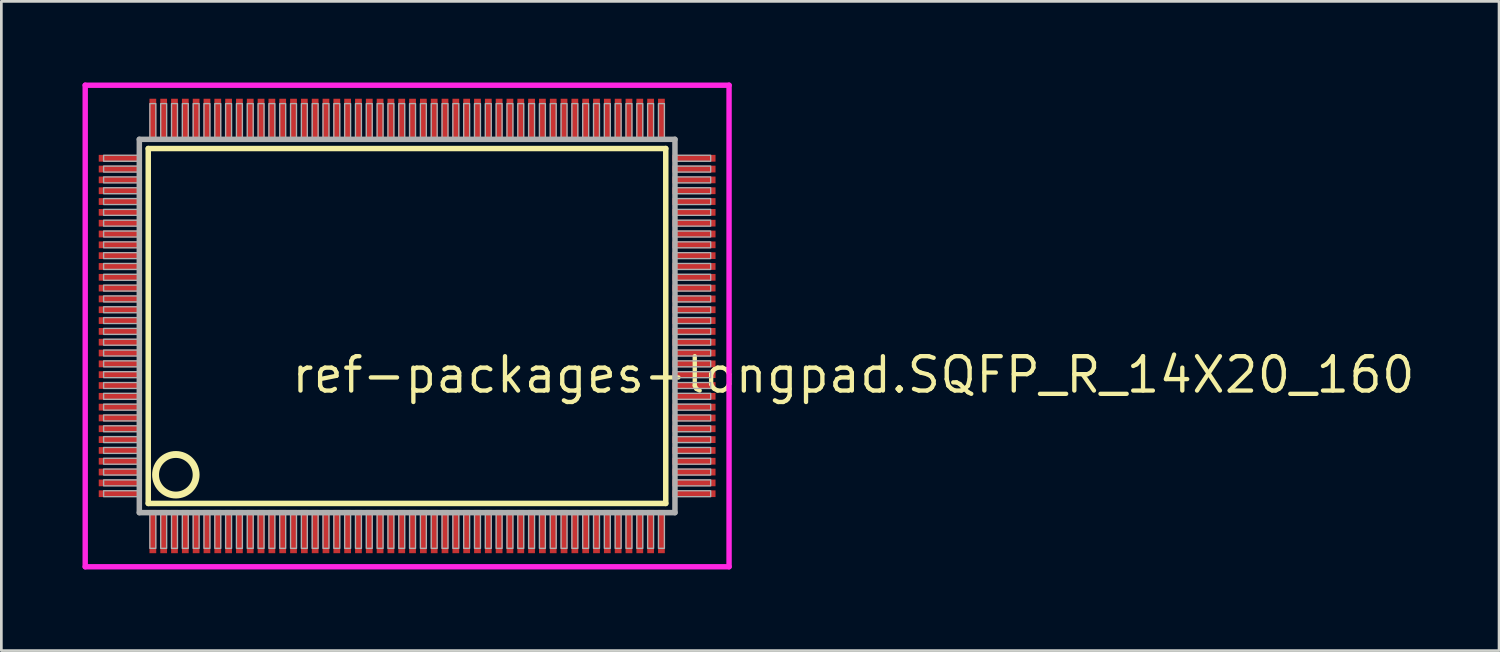
<source format=kicad_pcb>
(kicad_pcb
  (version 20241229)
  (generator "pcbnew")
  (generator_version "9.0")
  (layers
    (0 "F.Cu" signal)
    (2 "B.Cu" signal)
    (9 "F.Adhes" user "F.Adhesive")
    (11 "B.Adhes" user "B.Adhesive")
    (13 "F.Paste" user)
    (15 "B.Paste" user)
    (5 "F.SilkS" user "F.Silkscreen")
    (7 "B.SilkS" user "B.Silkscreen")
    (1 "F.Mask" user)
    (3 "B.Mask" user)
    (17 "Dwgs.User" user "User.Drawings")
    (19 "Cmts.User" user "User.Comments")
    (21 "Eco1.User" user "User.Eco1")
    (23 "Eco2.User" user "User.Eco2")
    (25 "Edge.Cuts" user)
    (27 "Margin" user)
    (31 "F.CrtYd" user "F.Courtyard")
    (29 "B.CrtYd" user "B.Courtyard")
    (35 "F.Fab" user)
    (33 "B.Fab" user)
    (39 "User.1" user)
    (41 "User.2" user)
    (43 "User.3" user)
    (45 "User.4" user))
  (footprint "ref-packages-longpad.SQFP_R_14X20_160"
    (layer "F.Cu")
    (at 12 9)
    (property "Reference" "ref-packages-longpad.SQFP_R_14X20_160" (at -4.35 2.55 0) (layer "F.SilkS") (effects (font (size 1.27 1.27) (thickness 0.16)) (justify left bottom)))
    (attr smd)
    (fp_line (start -9.57 -6.56) (end 9.56 -6.56) (stroke (width 0.203) (type default)) (layer "F.SilkS"))
    (fp_line (start -9.57 6.56) (end -9.57 -6.56) (stroke (width 0.203) (type default)) (layer "F.SilkS"))
    (fp_line (start 9.56 -6.56) (end 9.56 6.56) (stroke (width 0.203) (type default)) (layer "F.SilkS"))
    (fp_line (start 9.56 6.56) (end -9.57 6.56) (stroke (width 0.203) (type default)) (layer "F.SilkS"))
    (fp_circle (center -8.55 5.5) (end -7.8 5.5) (stroke (width 0.254) (type default)) (fill no) (layer "F.SilkS"))
    (fp_line (start -11.9 -8.9) (end 11.9 -8.9) (stroke (width 0.2) (type default)) (layer "F.CrtYd"))
    (fp_line (start -11.9 8.9) (end -11.9 -8.9) (stroke (width 0.2) (type default)) (layer "F.CrtYd"))
    (fp_line (start 11.9 -8.9) (end 11.9 8.9) (stroke (width 0.2) (type default)) (layer "F.CrtYd"))
    (fp_line (start 11.9 8.9) (end -11.9 8.9) (stroke (width 0.2) (type default)) (layer "F.CrtYd"))
    (fp_line (start -9.9 -6.9) (end -9.9 6.9) (stroke (width 0.203) (type default)) (layer "F.Fab"))
    (fp_line (start -9.9 6.9) (end 9.9 6.9) (stroke (width 0.203) (type default)) (layer "F.Fab"))
    (fp_line (start 9.9 -6.9) (end -9.9 -6.9) (stroke (width 0.203) (type default)) (layer "F.Fab"))
    (fp_line (start 9.9 6.9) (end 9.9 -6.9) (stroke (width 0.203) (type default)) (layer "F.Fab"))
    (fp_rect (start -11.22 -6.09) (end -9.95 -6.31) (stroke (width 0.05) (type default)) (fill no) (layer "F.Fab"))
    (fp_rect (start -11.22 -5.69) (end -9.95 -5.91) (stroke (width 0.05) (type default)) (fill no) (layer "F.Fab"))
    (fp_rect (start -11.22 -5.29) (end -9.95 -5.51) (stroke (width 0.05) (type default)) (fill no) (layer "F.Fab"))
    (fp_rect (start -11.22 -4.89) (end -9.95 -5.11) (stroke (width 0.05) (type default)) (fill no) (layer "F.Fab"))
    (fp_rect (start -11.22 -4.49) (end -9.95 -4.71) (stroke (width 0.05) (type default)) (fill no) (layer "F.Fab"))
    (fp_rect (start -11.22 -4.09) (end -9.95 -4.31) (stroke (width 0.05) (type default)) (fill no) (layer "F.Fab"))
    (fp_rect (start -11.22 -3.69) (end -9.95 -3.91) (stroke (width 0.05) (type default)) (fill no) (layer "F.Fab"))
    (fp_rect (start -11.22 -3.29) (end -9.95 -3.51) (stroke (width 0.05) (type default)) (fill no) (layer "F.Fab"))
    (fp_rect (start -11.22 -2.89) (end -9.95 -3.11) (stroke (width 0.05) (type default)) (fill no) (layer "F.Fab"))
    (fp_rect (start -11.22 -2.49) (end -9.95 -2.71) (stroke (width 0.05) (type default)) (fill no) (layer "F.Fab"))
    (fp_rect (start -11.22 -2.09) (end -9.95 -2.31) (stroke (width 0.05) (type default)) (fill no) (layer "F.Fab"))
    (fp_rect (start -11.22 -1.69) (end -9.95 -1.91) (stroke (width 0.05) (type default)) (fill no) (layer "F.Fab"))
    (fp_rect (start -11.22 -1.29) (end -9.95 -1.51) (stroke (width 0.05) (type default)) (fill no) (layer "F.Fab"))
    (fp_rect (start -11.22 -0.89) (end -9.95 -1.11) (stroke (width 0.05) (type default)) (fill no) (layer "F.Fab"))
    (fp_rect (start -11.22 -0.49) (end -9.95 -0.71) (stroke (width 0.05) (type default)) (fill no) (layer "F.Fab"))
    (fp_rect (start -11.22 -0.09) (end -9.95 -0.31) (stroke (width 0.05) (type default)) (fill no) (layer "F.Fab"))
    (fp_rect (start -11.22 0.31) (end -9.95 0.09) (stroke (width 0.05) (type default)) (fill no) (layer "F.Fab"))
    (fp_rect (start -11.22 0.71) (end -9.95 0.49) (stroke (width 0.05) (type default)) (fill no) (layer "F.Fab"))
    (fp_rect (start -11.22 1.11) (end -9.95 0.89) (stroke (width 0.05) (type default)) (fill no) (layer "F.Fab"))
    (fp_rect (start -11.22 1.51) (end -9.95 1.29) (stroke (width 0.05) (type default)) (fill no) (layer "F.Fab"))
    (fp_rect (start -11.22 1.91) (end -9.95 1.69) (stroke (width 0.05) (type default)) (fill no) (layer "F.Fab"))
    (fp_rect (start -11.22 2.31) (end -9.95 2.09) (stroke (width 0.05) (type default)) (fill no) (layer "F.Fab"))
    (fp_rect (start -11.22 2.71) (end -9.95 2.49) (stroke (width 0.05) (type default)) (fill no) (layer "F.Fab"))
    (fp_rect (start -11.22 3.11) (end -9.95 2.89) (stroke (width 0.05) (type default)) (fill no) (layer "F.Fab"))
    (fp_rect (start -11.22 3.51) (end -9.95 3.29) (stroke (width 0.05) (type default)) (fill no) (layer "F.Fab"))
    (fp_rect (start -11.22 3.91) (end -9.95 3.69) (stroke (width 0.05) (type default)) (fill no) (layer "F.Fab"))
    (fp_rect (start -11.22 4.31) (end -9.95 4.09) (stroke (width 0.05) (type default)) (fill no) (layer "F.Fab"))
    (fp_rect (start -11.22 4.71) (end -9.95 4.49) (stroke (width 0.05) (type default)) (fill no) (layer "F.Fab"))
    (fp_rect (start -11.22 5.11) (end -9.95 4.89) (stroke (width 0.05) (type default)) (fill no) (layer "F.Fab"))
    (fp_rect (start -11.22 5.51) (end -9.95 5.29) (stroke (width 0.05) (type default)) (fill no) (layer "F.Fab"))
    (fp_rect (start -11.22 5.91) (end -9.95 5.69) (stroke (width 0.05) (type default)) (fill no) (layer "F.Fab"))
    (fp_rect (start -11.22 6.31) (end -9.95 6.09) (stroke (width 0.05) (type default)) (fill no) (layer "F.Fab"))
    (fp_rect (start -9.51 -6.95) (end -9.29 -8.22) (stroke (width 0.05) (type default)) (fill no) (layer "F.Fab"))
    (fp_rect (start -9.51 8.22) (end -9.29 6.95) (stroke (width 0.05) (type default)) (fill no) (layer "F.Fab"))
    (fp_rect (start -9.11 -6.95) (end -8.89 -8.22) (stroke (width 0.05) (type default)) (fill no) (layer "F.Fab"))
    (fp_rect (start -9.11 8.22) (end -8.89 6.95) (stroke (width 0.05) (type default)) (fill no) (layer "F.Fab"))
    (fp_rect (start -8.71 -6.95) (end -8.49 -8.22) (stroke (width 0.05) (type default)) (fill no) (layer "F.Fab"))
    (fp_rect (start -8.71 8.22) (end -8.49 6.95) (stroke (width 0.05) (type default)) (fill no) (layer "F.Fab"))
    (fp_rect (start -8.31 -6.95) (end -8.09 -8.22) (stroke (width 0.05) (type default)) (fill no) (layer "F.Fab"))
    (fp_rect (start -8.31 8.22) (end -8.09 6.95) (stroke (width 0.05) (type default)) (fill no) (layer "F.Fab"))
    (fp_rect (start -7.91 -6.95) (end -7.69 -8.22) (stroke (width 0.05) (type default)) (fill no) (layer "F.Fab"))
    (fp_rect (start -7.91 8.22) (end -7.69 6.95) (stroke (width 0.05) (type default)) (fill no) (layer "F.Fab"))
    (fp_rect (start -7.51 -6.95) (end -7.29 -8.22) (stroke (width 0.05) (type default)) (fill no) (layer "F.Fab"))
    (fp_rect (start -7.51 8.22) (end -7.29 6.95) (stroke (width 0.05) (type default)) (fill no) (layer "F.Fab"))
    (fp_rect (start -7.11 -6.95) (end -6.89 -8.22) (stroke (width 0.05) (type default)) (fill no) (layer "F.Fab"))
    (fp_rect (start -7.11 8.22) (end -6.89 6.95) (stroke (width 0.05) (type default)) (fill no) (layer "F.Fab"))
    (fp_rect (start -6.71 -6.95) (end -6.49 -8.22) (stroke (width 0.05) (type default)) (fill no) (layer "F.Fab"))
    (fp_rect (start -6.71 8.22) (end -6.49 6.95) (stroke (width 0.05) (type default)) (fill no) (layer "F.Fab"))
    (fp_rect (start -6.31 -6.95) (end -6.09 -8.22) (stroke (width 0.05) (type default)) (fill no) (layer "F.Fab"))
    (fp_rect (start -6.31 8.22) (end -6.09 6.95) (stroke (width 0.05) (type default)) (fill no) (layer "F.Fab"))
    (fp_rect (start -5.91 -6.95) (end -5.69 -8.22) (stroke (width 0.05) (type default)) (fill no) (layer "F.Fab"))
    (fp_rect (start -5.91 8.22) (end -5.69 6.95) (stroke (width 0.05) (type default)) (fill no) (layer "F.Fab"))
    (fp_rect (start -5.51 -6.95) (end -5.29 -8.22) (stroke (width 0.05) (type default)) (fill no) (layer "F.Fab"))
    (fp_rect (start -5.51 8.22) (end -5.29 6.95) (stroke (width 0.05) (type default)) (fill no) (layer "F.Fab"))
    (fp_rect (start -5.11 -6.95) (end -4.89 -8.22) (stroke (width 0.05) (type default)) (fill no) (layer "F.Fab"))
    (fp_rect (start -5.11 8.22) (end -4.89 6.95) (stroke (width 0.05) (type default)) (fill no) (layer "F.Fab"))
    (fp_rect (start -4.71 -6.95) (end -4.49 -8.22) (stroke (width 0.05) (type default)) (fill no) (layer "F.Fab"))
    (fp_rect (start -4.71 8.22) (end -4.49 6.95) (stroke (width 0.05) (type default)) (fill no) (layer "F.Fab"))
    (fp_rect (start -4.31 -6.95) (end -4.09 -8.22) (stroke (width 0.05) (type default)) (fill no) (layer "F.Fab"))
    (fp_rect (start -4.31 8.22) (end -4.09 6.95) (stroke (width 0.05) (type default)) (fill no) (layer "F.Fab"))
    (fp_rect (start -3.91 -6.95) (end -3.69 -8.22) (stroke (width 0.05) (type default)) (fill no) (layer "F.Fab"))
    (fp_rect (start -3.91 8.22) (end -3.69 6.95) (stroke (width 0.05) (type default)) (fill no) (layer "F.Fab"))
    (fp_rect (start -3.51 -6.95) (end -3.29 -8.22) (stroke (width 0.05) (type default)) (fill no) (layer "F.Fab"))
    (fp_rect (start -3.51 8.22) (end -3.29 6.95) (stroke (width 0.05) (type default)) (fill no) (layer "F.Fab"))
    (fp_rect (start -3.11 -6.95) (end -2.89 -8.22) (stroke (width 0.05) (type default)) (fill no) (layer "F.Fab"))
    (fp_rect (start -3.11 8.22) (end -2.89 6.95) (stroke (width 0.05) (type default)) (fill no) (layer "F.Fab"))
    (fp_rect (start -2.71 -6.95) (end -2.49 -8.22) (stroke (width 0.05) (type default)) (fill no) (layer "F.Fab"))
    (fp_rect (start -2.71 8.22) (end -2.49 6.95) (stroke (width 0.05) (type default)) (fill no) (layer "F.Fab"))
    (fp_rect (start -2.31 -6.95) (end -2.09 -8.22) (stroke (width 0.05) (type default)) (fill no) (layer "F.Fab"))
    (fp_rect (start -2.31 8.22) (end -2.09 6.95) (stroke (width 0.05) (type default)) (fill no) (layer "F.Fab"))
    (fp_rect (start -1.91 -6.95) (end -1.69 -8.22) (stroke (width 0.05) (type default)) (fill no) (layer "F.Fab"))
    (fp_rect (start -1.91 8.22) (end -1.69 6.95) (stroke (width 0.05) (type default)) (fill no) (layer "F.Fab"))
    (fp_rect (start -1.51 -6.95) (end -1.29 -8.22) (stroke (width 0.05) (type default)) (fill no) (layer "F.Fab"))
    (fp_rect (start -1.51 8.22) (end -1.29 6.95) (stroke (width 0.05) (type default)) (fill no) (layer "F.Fab"))
    (fp_rect (start -1.11 -6.95) (end -0.89 -8.22) (stroke (width 0.05) (type default)) (fill no) (layer "F.Fab"))
    (fp_rect (start -1.11 8.22) (end -0.89 6.95) (stroke (width 0.05) (type default)) (fill no) (layer "F.Fab"))
    (fp_rect (start -0.71 -6.95) (end -0.49 -8.22) (stroke (width 0.05) (type default)) (fill no) (layer "F.Fab"))
    (fp_rect (start -0.71 8.22) (end -0.49 6.95) (stroke (width 0.05) (type default)) (fill no) (layer "F.Fab"))
    (fp_rect (start -0.31 -6.95) (end -0.09 -8.22) (stroke (width 0.05) (type default)) (fill no) (layer "F.Fab"))
    (fp_rect (start -0.31 8.22) (end -0.09 6.95) (stroke (width 0.05) (type default)) (fill no) (layer "F.Fab"))
    (fp_rect (start 0.09 -6.95) (end 0.31 -8.22) (stroke (width 0.05) (type default)) (fill no) (layer "F.Fab"))
    (fp_rect (start 0.09 8.22) (end 0.31 6.95) (stroke (width 0.05) (type default)) (fill no) (layer "F.Fab"))
    (fp_rect (start 0.49 -6.95) (end 0.71 -8.22) (stroke (width 0.05) (type default)) (fill no) (layer "F.Fab"))
    (fp_rect (start 0.49 8.22) (end 0.71 6.95) (stroke (width 0.05) (type default)) (fill no) (layer "F.Fab"))
    (fp_rect (start 0.89 -6.95) (end 1.11 -8.22) (stroke (width 0.05) (type default)) (fill no) (layer "F.Fab"))
    (fp_rect (start 0.89 8.22) (end 1.11 6.95) (stroke (width 0.05) (type default)) (fill no) (layer "F.Fab"))
    (fp_rect (start 1.29 -6.95) (end 1.51 -8.22) (stroke (width 0.05) (type default)) (fill no) (layer "F.Fab"))
    (fp_rect (start 1.29 8.22) (end 1.51 6.95) (stroke (width 0.05) (type default)) (fill no) (layer "F.Fab"))
    (fp_rect (start 1.69 -6.95) (end 1.91 -8.22) (stroke (width 0.05) (type default)) (fill no) (layer "F.Fab"))
    (fp_rect (start 1.69 8.22) (end 1.91 6.95) (stroke (width 0.05) (type default)) (fill no) (layer "F.Fab"))
    (fp_rect (start 2.09 -6.95) (end 2.31 -8.22) (stroke (width 0.05) (type default)) (fill no) (layer "F.Fab"))
    (fp_rect (start 2.09 8.22) (end 2.31 6.95) (stroke (width 0.05) (type default)) (fill no) (layer "F.Fab"))
    (fp_rect (start 2.49 -6.95) (end 2.71 -8.22) (stroke (width 0.05) (type default)) (fill no) (layer "F.Fab"))
    (fp_rect (start 2.49 8.22) (end 2.71 6.95) (stroke (width 0.05) (type default)) (fill no) (layer "F.Fab"))
    (fp_rect (start 2.89 -6.95) (end 3.11 -8.22) (stroke (width 0.05) (type default)) (fill no) (layer "F.Fab"))
    (fp_rect (start 2.89 8.22) (end 3.11 6.95) (stroke (width 0.05) (type default)) (fill no) (layer "F.Fab"))
    (fp_rect (start 3.29 -6.95) (end 3.51 -8.22) (stroke (width 0.05) (type default)) (fill no) (layer "F.Fab"))
    (fp_rect (start 3.29 8.22) (end 3.51 6.95) (stroke (width 0.05) (type default)) (fill no) (layer "F.Fab"))
    (fp_rect (start 3.69 -6.95) (end 3.91 -8.22) (stroke (width 0.05) (type default)) (fill no) (layer "F.Fab"))
    (fp_rect (start 3.69 8.22) (end 3.91 6.95) (stroke (width 0.05) (type default)) (fill no) (layer "F.Fab"))
    (fp_rect (start 4.09 -6.95) (end 4.31 -8.22) (stroke (width 0.05) (type default)) (fill no) (layer "F.Fab"))
    (fp_rect (start 4.09 8.22) (end 4.31 6.95) (stroke (width 0.05) (type default)) (fill no) (layer "F.Fab"))
    (fp_rect (start 4.49 -6.95) (end 4.71 -8.22) (stroke (width 0.05) (type default)) (fill no) (layer "F.Fab"))
    (fp_rect (start 4.49 8.22) (end 4.71 6.95) (stroke (width 0.05) (type default)) (fill no) (layer "F.Fab"))
    (fp_rect (start 4.89 -6.95) (end 5.11 -8.22) (stroke (width 0.05) (type default)) (fill no) (layer "F.Fab"))
    (fp_rect (start 4.89 8.22) (end 5.11 6.95) (stroke (width 0.05) (type default)) (fill no) (layer "F.Fab"))
    (fp_rect (start 5.29 -6.95) (end 5.51 -8.22) (stroke (width 0.05) (type default)) (fill no) (layer "F.Fab"))
    (fp_rect (start 5.29 8.22) (end 5.51 6.95) (stroke (width 0.05) (type default)) (fill no) (layer "F.Fab"))
    (fp_rect (start 5.69 -6.95) (end 5.91 -8.22) (stroke (width 0.05) (type default)) (fill no) (layer "F.Fab"))
    (fp_rect (start 5.69 8.22) (end 5.91 6.95) (stroke (width 0.05) (type default)) (fill no) (layer "F.Fab"))
    (fp_rect (start 6.09 -6.95) (end 6.31 -8.22) (stroke (width 0.05) (type default)) (fill no) (layer "F.Fab"))
    (fp_rect (start 6.09 8.22) (end 6.31 6.95) (stroke (width 0.05) (type default)) (fill no) (layer "F.Fab"))
    (fp_rect (start 6.49 -6.95) (end 6.71 -8.22) (stroke (width 0.05) (type default)) (fill no) (layer "F.Fab"))
    (fp_rect (start 6.49 8.22) (end 6.71 6.95) (stroke (width 0.05) (type default)) (fill no) (layer "F.Fab"))
    (fp_rect (start 6.89 -6.95) (end 7.11 -8.22) (stroke (width 0.05) (type default)) (fill no) (layer "F.Fab"))
    (fp_rect (start 6.89 8.22) (end 7.11 6.95) (stroke (width 0.05) (type default)) (fill no) (layer "F.Fab"))
    (fp_rect (start 7.29 -6.95) (end 7.51 -8.22) (stroke (width 0.05) (type default)) (fill no) (layer "F.Fab"))
    (fp_rect (start 7.29 8.22) (end 7.51 6.95) (stroke (width 0.05) (type default)) (fill no) (layer "F.Fab"))
    (fp_rect (start 7.69 -6.95) (end 7.91 -8.22) (stroke (width 0.05) (type default)) (fill no) (layer "F.Fab"))
    (fp_rect (start 7.69 8.22) (end 7.91 6.95) (stroke (width 0.05) (type default)) (fill no) (layer "F.Fab"))
    (fp_rect (start 8.09 -6.95) (end 8.31 -8.22) (stroke (width 0.05) (type default)) (fill no) (layer "F.Fab"))
    (fp_rect (start 8.09 8.22) (end 8.31 6.95) (stroke (width 0.05) (type default)) (fill no) (layer "F.Fab"))
    (fp_rect (start 8.49 -6.95) (end 8.71 -8.22) (stroke (width 0.05) (type default)) (fill no) (layer "F.Fab"))
    (fp_rect (start 8.49 8.22) (end 8.71 6.95) (stroke (width 0.05) (type default)) (fill no) (layer "F.Fab"))
    (fp_rect (start 8.89 -6.95) (end 9.11 -8.22) (stroke (width 0.05) (type default)) (fill no) (layer "F.Fab"))
    (fp_rect (start 8.89 8.22) (end 9.11 6.95) (stroke (width 0.05) (type default)) (fill no) (layer "F.Fab"))
    (fp_rect (start 9.29 -6.95) (end 9.51 -8.22) (stroke (width 0.05) (type default)) (fill no) (layer "F.Fab"))
    (fp_rect (start 9.29 8.22) (end 9.51 6.95) (stroke (width 0.05) (type default)) (fill no) (layer "F.Fab"))
    (fp_rect (start 9.95 -6.09) (end 11.22 -6.31) (stroke (width 0.05) (type default)) (fill no) (layer "F.Fab"))
    (fp_rect (start 9.95 -5.69) (end 11.22 -5.91) (stroke (width 0.05) (type default)) (fill no) (layer "F.Fab"))
    (fp_rect (start 9.95 -5.29) (end 11.22 -5.51) (stroke (width 0.05) (type default)) (fill no) (layer "F.Fab"))
    (fp_rect (start 9.95 -4.89) (end 11.22 -5.11) (stroke (width 0.05) (type default)) (fill no) (layer "F.Fab"))
    (fp_rect (start 9.95 -4.49) (end 11.22 -4.71) (stroke (width 0.05) (type default)) (fill no) (layer "F.Fab"))
    (fp_rect (start 9.95 -4.09) (end 11.22 -4.31) (stroke (width 0.05) (type default)) (fill no) (layer "F.Fab"))
    (fp_rect (start 9.95 -3.69) (end 11.22 -3.91) (stroke (width 0.05) (type default)) (fill no) (layer "F.Fab"))
    (fp_rect (start 9.95 -3.29) (end 11.22 -3.51) (stroke (width 0.05) (type default)) (fill no) (layer "F.Fab"))
    (fp_rect (start 9.95 -2.89) (end 11.22 -3.11) (stroke (width 0.05) (type default)) (fill no) (layer "F.Fab"))
    (fp_rect (start 9.95 -2.49) (end 11.22 -2.71) (stroke (width 0.05) (type default)) (fill no) (layer "F.Fab"))
    (fp_rect (start 9.95 -2.09) (end 11.22 -2.31) (stroke (width 0.05) (type default)) (fill no) (layer "F.Fab"))
    (fp_rect (start 9.95 -1.69) (end 11.22 -1.91) (stroke (width 0.05) (type default)) (fill no) (layer "F.Fab"))
    (fp_rect (start 9.95 -1.29) (end 11.22 -1.51) (stroke (width 0.05) (type default)) (fill no) (layer "F.Fab"))
    (fp_rect (start 9.95 -0.89) (end 11.22 -1.11) (stroke (width 0.05) (type default)) (fill no) (layer "F.Fab"))
    (fp_rect (start 9.95 -0.49) (end 11.22 -0.71) (stroke (width 0.05) (type default)) (fill no) (layer "F.Fab"))
    (fp_rect (start 9.95 -0.09) (end 11.22 -0.31) (stroke (width 0.05) (type default)) (fill no) (layer "F.Fab"))
    (fp_rect (start 9.95 0.31) (end 11.22 0.09) (stroke (width 0.05) (type default)) (fill no) (layer "F.Fab"))
    (fp_rect (start 9.95 0.71) (end 11.22 0.49) (stroke (width 0.05) (type default)) (fill no) (layer "F.Fab"))
    (fp_rect (start 9.95 1.11) (end 11.22 0.89) (stroke (width 0.05) (type default)) (fill no) (layer "F.Fab"))
    (fp_rect (start 9.95 1.51) (end 11.22 1.29) (stroke (width 0.05) (type default)) (fill no) (layer "F.Fab"))
    (fp_rect (start 9.95 1.91) (end 11.22 1.69) (stroke (width 0.05) (type default)) (fill no) (layer "F.Fab"))
    (fp_rect (start 9.95 2.31) (end 11.22 2.09) (stroke (width 0.05) (type default)) (fill no) (layer "F.Fab"))
    (fp_rect (start 9.95 2.71) (end 11.22 2.49) (stroke (width 0.05) (type default)) (fill no) (layer "F.Fab"))
    (fp_rect (start 9.95 3.11) (end 11.22 2.89) (stroke (width 0.05) (type default)) (fill no) (layer "F.Fab"))
    (fp_rect (start 9.95 3.51) (end 11.22 3.29) (stroke (width 0.05) (type default)) (fill no) (layer "F.Fab"))
    (fp_rect (start 9.95 3.91) (end 11.22 3.69) (stroke (width 0.05) (type default)) (fill no) (layer "F.Fab"))
    (fp_rect (start 9.95 4.31) (end 11.22 4.09) (stroke (width 0.05) (type default)) (fill no) (layer "F.Fab"))
    (fp_rect (start 9.95 4.71) (end 11.22 4.49) (stroke (width 0.05) (type default)) (fill no) (layer "F.Fab"))
    (fp_rect (start 9.95 5.11) (end 11.22 4.89) (stroke (width 0.05) (type default)) (fill no) (layer "F.Fab"))
    (fp_rect (start 9.95 5.51) (end 11.22 5.29) (stroke (width 0.05) (type default)) (fill no) (layer "F.Fab"))
    (fp_rect (start 9.95 5.91) (end 11.22 5.69) (stroke (width 0.05) (type default)) (fill no) (layer "F.Fab"))
    (fp_rect (start 9.95 6.31) (end 11.22 6.09) (stroke (width 0.05) (type default)) (fill no) (layer "F.Fab"))
    (pad "1" smd roundrect (at -9.4 7.6) (size 0.25 1.6) (layers "F.Cu" "F.Mask" "F.Paste") (roundrect_rratio 0.01))
    (pad "2" smd roundrect (at -9 7.6) (size 0.25 1.6) (layers "F.Cu" "F.Mask" "F.Paste") (roundrect_rratio 0.01))
    (pad "3" smd roundrect (at -8.6 7.6) (size 0.25 1.6) (layers "F.Cu" "F.Mask" "F.Paste") (roundrect_rratio 0.01))
    (pad "4" smd roundrect (at -8.2 7.6) (size 0.25 1.6) (layers "F.Cu" "F.Mask" "F.Paste") (roundrect_rratio 0.01))
    (pad "5" smd roundrect (at -7.8 7.6) (size 0.25 1.6) (layers "F.Cu" "F.Mask" "F.Paste") (roundrect_rratio 0.01))
    (pad "6" smd roundrect (at -7.4 7.6) (size 0.25 1.6) (layers "F.Cu" "F.Mask" "F.Paste") (roundrect_rratio 0.01))
    (pad "7" smd roundrect (at -7 7.6) (size 0.25 1.6) (layers "F.Cu" "F.Mask" "F.Paste") (roundrect_rratio 0.01))
    (pad "8" smd roundrect (at -6.6 7.6) (size 0.25 1.6) (layers "F.Cu" "F.Mask" "F.Paste") (roundrect_rratio 0.01))
    (pad "9" smd roundrect (at -6.2 7.6) (size 0.25 1.6) (layers "F.Cu" "F.Mask" "F.Paste") (roundrect_rratio 0.01))
    (pad "10" smd roundrect (at -5.8 7.6) (size 0.25 1.6) (layers "F.Cu" "F.Mask" "F.Paste") (roundrect_rratio 0.01))
    (pad "11" smd roundrect (at -5.4 7.6) (size 0.25 1.6) (layers "F.Cu" "F.Mask" "F.Paste") (roundrect_rratio 0.01))
    (pad "12" smd roundrect (at -5 7.6) (size 0.25 1.6) (layers "F.Cu" "F.Mask" "F.Paste") (roundrect_rratio 0.01))
    (pad "13" smd roundrect (at -4.6 7.6) (size 0.25 1.6) (layers "F.Cu" "F.Mask" "F.Paste") (roundrect_rratio 0.01))
    (pad "14" smd roundrect (at -4.2 7.6) (size 0.25 1.6) (layers "F.Cu" "F.Mask" "F.Paste") (roundrect_rratio 0.01))
    (pad "15" smd roundrect (at -3.8 7.6) (size 0.25 1.6) (layers "F.Cu" "F.Mask" "F.Paste") (roundrect_rratio 0.01))
    (pad "16" smd roundrect (at -3.4 7.6) (size 0.25 1.6) (layers "F.Cu" "F.Mask" "F.Paste") (roundrect_rratio 0.01))
    (pad "17" smd roundrect (at -3 7.6) (size 0.25 1.6) (layers "F.Cu" "F.Mask" "F.Paste") (roundrect_rratio 0.01))
    (pad "18" smd roundrect (at -2.6 7.6) (size 0.25 1.6) (layers "F.Cu" "F.Mask" "F.Paste") (roundrect_rratio 0.01))
    (pad "19" smd roundrect (at -2.2 7.6) (size 0.25 1.6) (layers "F.Cu" "F.Mask" "F.Paste") (roundrect_rratio 0.01))
    (pad "20" smd roundrect (at -1.8 7.6) (size 0.25 1.6) (layers "F.Cu" "F.Mask" "F.Paste") (roundrect_rratio 0.01))
    (pad "21" smd roundrect (at -1.4 7.6) (size 0.25 1.6) (layers "F.Cu" "F.Mask" "F.Paste") (roundrect_rratio 0.01))
    (pad "22" smd roundrect (at -1 7.6) (size 0.25 1.6) (layers "F.Cu" "F.Mask" "F.Paste") (roundrect_rratio 0.01))
    (pad "23" smd roundrect (at -0.6 7.6) (size 0.25 1.6) (layers "F.Cu" "F.Mask" "F.Paste") (roundrect_rratio 0.01))
    (pad "24" smd roundrect (at -0.2 7.6) (size 0.25 1.6) (layers "F.Cu" "F.Mask" "F.Paste") (roundrect_rratio 0.01))
    (pad "25" smd roundrect (at 0.2 7.6) (size 0.25 1.6) (layers "F.Cu" "F.Mask" "F.Paste") (roundrect_rratio 0.01))
    (pad "26" smd roundrect (at 0.6 7.6) (size 0.25 1.6) (layers "F.Cu" "F.Mask" "F.Paste") (roundrect_rratio 0.01))
    (pad "27" smd roundrect (at 1 7.6) (size 0.25 1.6) (layers "F.Cu" "F.Mask" "F.Paste") (roundrect_rratio 0.01))
    (pad "28" smd roundrect (at 1.4 7.6) (size 0.25 1.6) (layers "F.Cu" "F.Mask" "F.Paste") (roundrect_rratio 0.01))
    (pad "29" smd roundrect (at 1.8 7.6) (size 0.25 1.6) (layers "F.Cu" "F.Mask" "F.Paste") (roundrect_rratio 0.01))
    (pad "30" smd roundrect (at 2.2 7.6) (size 0.25 1.6) (layers "F.Cu" "F.Mask" "F.Paste") (roundrect_rratio 0.01))
    (pad "31" smd roundrect (at 2.6 7.6) (size 0.25 1.6) (layers "F.Cu" "F.Mask" "F.Paste") (roundrect_rratio 0.01))
    (pad "32" smd roundrect (at 3 7.6) (size 0.25 1.6) (layers "F.Cu" "F.Mask" "F.Paste") (roundrect_rratio 0.01))
    (pad "33" smd roundrect (at 3.4 7.6) (size 0.25 1.6) (layers "F.Cu" "F.Mask" "F.Paste") (roundrect_rratio 0.01))
    (pad "34" smd roundrect (at 3.8 7.6) (size 0.25 1.6) (layers "F.Cu" "F.Mask" "F.Paste") (roundrect_rratio 0.01))
    (pad "35" smd roundrect (at 4.2 7.6) (size 0.25 1.6) (layers "F.Cu" "F.Mask" "F.Paste") (roundrect_rratio 0.01))
    (pad "36" smd roundrect (at 4.6 7.6) (size 0.25 1.6) (layers "F.Cu" "F.Mask" "F.Paste") (roundrect_rratio 0.01))
    (pad "37" smd roundrect (at 5 7.6) (size 0.25 1.6) (layers "F.Cu" "F.Mask" "F.Paste") (roundrect_rratio 0.01))
    (pad "38" smd roundrect (at 5.4 7.6) (size 0.25 1.6) (layers "F.Cu" "F.Mask" "F.Paste") (roundrect_rratio 0.01))
    (pad "39" smd roundrect (at 5.8 7.6) (size 0.25 1.6) (layers "F.Cu" "F.Mask" "F.Paste") (roundrect_rratio 0.01))
    (pad "40" smd roundrect (at 6.2 7.6) (size 0.25 1.6) (layers "F.Cu" "F.Mask" "F.Paste") (roundrect_rratio 0.01))
    (pad "41" smd roundrect (at 6.6 7.6) (size 0.25 1.6) (layers "F.Cu" "F.Mask" "F.Paste") (roundrect_rratio 0.01))
    (pad "42" smd roundrect (at 7 7.6) (size 0.25 1.6) (layers "F.Cu" "F.Mask" "F.Paste") (roundrect_rratio 0.01))
    (pad "43" smd roundrect (at 7.4 7.6) (size 0.25 1.6) (layers "F.Cu" "F.Mask" "F.Paste") (roundrect_rratio 0.01))
    (pad "44" smd roundrect (at 7.8 7.6) (size 0.25 1.6) (layers "F.Cu" "F.Mask" "F.Paste") (roundrect_rratio 0.01))
    (pad "45" smd roundrect (at 8.2 7.6) (size 0.25 1.6) (layers "F.Cu" "F.Mask" "F.Paste") (roundrect_rratio 0.01))
    (pad "46" smd roundrect (at 8.6 7.6) (size 0.25 1.6) (layers "F.Cu" "F.Mask" "F.Paste") (roundrect_rratio 0.01))
    (pad "47" smd roundrect (at 9 7.6) (size 0.25 1.6) (layers "F.Cu" "F.Mask" "F.Paste") (roundrect_rratio 0.01))
    (pad "48" smd roundrect (at 9.4 7.6) (size 0.25 1.6) (layers "F.Cu" "F.Mask" "F.Paste") (roundrect_rratio 0.01))
    (pad "49" smd roundrect (at 10.6 6.2) (size 1.6 0.25) (layers "F.Cu" "F.Mask" "F.Paste") (roundrect_rratio 0.01))
    (pad "50" smd roundrect (at 10.6 5.8) (size 1.6 0.25) (layers "F.Cu" "F.Mask" "F.Paste") (roundrect_rratio 0.01))
    (pad "51" smd roundrect (at 10.6 5.4) (size 1.6 0.25) (layers "F.Cu" "F.Mask" "F.Paste") (roundrect_rratio 0.01))
    (pad "52" smd roundrect (at 10.6 5) (size 1.6 0.25) (layers "F.Cu" "F.Mask" "F.Paste") (roundrect_rratio 0.01))
    (pad "53" smd roundrect (at 10.6 4.6) (size 1.6 0.25) (layers "F.Cu" "F.Mask" "F.Paste") (roundrect_rratio 0.01))
    (pad "54" smd roundrect (at 10.6 4.2) (size 1.6 0.25) (layers "F.Cu" "F.Mask" "F.Paste") (roundrect_rratio 0.01))
    (pad "55" smd roundrect (at 10.6 3.8) (size 1.6 0.25) (layers "F.Cu" "F.Mask" "F.Paste") (roundrect_rratio 0.01))
    (pad "56" smd roundrect (at 10.6 3.4) (size 1.6 0.25) (layers "F.Cu" "F.Mask" "F.Paste") (roundrect_rratio 0.01))
    (pad "57" smd roundrect (at 10.6 3) (size 1.6 0.25) (layers "F.Cu" "F.Mask" "F.Paste") (roundrect_rratio 0.01))
    (pad "58" smd roundrect (at 10.6 2.6) (size 1.6 0.25) (layers "F.Cu" "F.Mask" "F.Paste") (roundrect_rratio 0.01))
    (pad "59" smd roundrect (at 10.6 2.2) (size 1.6 0.25) (layers "F.Cu" "F.Mask" "F.Paste") (roundrect_rratio 0.01))
    (pad "60" smd roundrect (at 10.6 1.8) (size 1.6 0.25) (layers "F.Cu" "F.Mask" "F.Paste") (roundrect_rratio 0.01))
    (pad "61" smd roundrect (at 10.6 1.4) (size 1.6 0.25) (layers "F.Cu" "F.Mask" "F.Paste") (roundrect_rratio 0.01))
    (pad "62" smd roundrect (at 10.6 1) (size 1.6 0.25) (layers "F.Cu" "F.Mask" "F.Paste") (roundrect_rratio 0.01))
    (pad "63" smd roundrect (at 10.6 0.6) (size 1.6 0.25) (layers "F.Cu" "F.Mask" "F.Paste") (roundrect_rratio 0.01))
    (pad "64" smd roundrect (at 10.6 0.2) (size 1.6 0.25) (layers "F.Cu" "F.Mask" "F.Paste") (roundrect_rratio 0.01))
    (pad "65" smd roundrect (at 10.6 -0.2) (size 1.6 0.25) (layers "F.Cu" "F.Mask" "F.Paste") (roundrect_rratio 0.01))
    (pad "66" smd roundrect (at 10.6 -0.6) (size 1.6 0.25) (layers "F.Cu" "F.Mask" "F.Paste") (roundrect_rratio 0.01))
    (pad "67" smd roundrect (at 10.6 -1) (size 1.6 0.25) (layers "F.Cu" "F.Mask" "F.Paste") (roundrect_rratio 0.01))
    (pad "68" smd roundrect (at 10.6 -1.4) (size 1.6 0.25) (layers "F.Cu" "F.Mask" "F.Paste") (roundrect_rratio 0.01))
    (pad "69" smd roundrect (at 10.6 -1.8) (size 1.6 0.25) (layers "F.Cu" "F.Mask" "F.Paste") (roundrect_rratio 0.01))
    (pad "70" smd roundrect (at 10.6 -2.2) (size 1.6 0.25) (layers "F.Cu" "F.Mask" "F.Paste") (roundrect_rratio 0.01))
    (pad "71" smd roundrect (at 10.6 -2.6) (size 1.6 0.25) (layers "F.Cu" "F.Mask" "F.Paste") (roundrect_rratio 0.01))
    (pad "72" smd roundrect (at 10.6 -3) (size 1.6 0.25) (layers "F.Cu" "F.Mask" "F.Paste") (roundrect_rratio 0.01))
    (pad "73" smd roundrect (at 10.6 -3.4) (size 1.6 0.25) (layers "F.Cu" "F.Mask" "F.Paste") (roundrect_rratio 0.01))
    (pad "74" smd roundrect (at 10.6 -3.8) (size 1.6 0.25) (layers "F.Cu" "F.Mask" "F.Paste") (roundrect_rratio 0.01))
    (pad "75" smd roundrect (at 10.6 -4.2) (size 1.6 0.25) (layers "F.Cu" "F.Mask" "F.Paste") (roundrect_rratio 0.01))
    (pad "76" smd roundrect (at 10.6 -4.6) (size 1.6 0.25) (layers "F.Cu" "F.Mask" "F.Paste") (roundrect_rratio 0.01))
    (pad "77" smd roundrect (at 10.6 -5) (size 1.6 0.25) (layers "F.Cu" "F.Mask" "F.Paste") (roundrect_rratio 0.01))
    (pad "78" smd roundrect (at 10.6 -5.4) (size 1.6 0.25) (layers "F.Cu" "F.Mask" "F.Paste") (roundrect_rratio 0.01))
    (pad "79" smd roundrect (at 10.6 -5.8) (size 1.6 0.25) (layers "F.Cu" "F.Mask" "F.Paste") (roundrect_rratio 0.01))
    (pad "80" smd roundrect (at 10.6 -6.2) (size 1.6 0.25) (layers "F.Cu" "F.Mask" "F.Paste") (roundrect_rratio 0.01))
    (pad "81" smd roundrect (at 9.4 -7.6) (size 0.25 1.6) (layers "F.Cu" "F.Mask" "F.Paste") (roundrect_rratio 0.01))
    (pad "82" smd roundrect (at 9 -7.6) (size 0.25 1.6) (layers "F.Cu" "F.Mask" "F.Paste") (roundrect_rratio 0.01))
    (pad "83" smd roundrect (at 8.6 -7.6) (size 0.25 1.6) (layers "F.Cu" "F.Mask" "F.Paste") (roundrect_rratio 0.01))
    (pad "84" smd roundrect (at 8.2 -7.6) (size 0.25 1.6) (layers "F.Cu" "F.Mask" "F.Paste") (roundrect_rratio 0.01))
    (pad "85" smd roundrect (at 7.8 -7.6) (size 0.25 1.6) (layers "F.Cu" "F.Mask" "F.Paste") (roundrect_rratio 0.01))
    (pad "86" smd roundrect (at 7.4 -7.6) (size 0.25 1.6) (layers "F.Cu" "F.Mask" "F.Paste") (roundrect_rratio 0.01))
    (pad "87" smd roundrect (at 7 -7.6) (size 0.25 1.6) (layers "F.Cu" "F.Mask" "F.Paste") (roundrect_rratio 0.01))
    (pad "88" smd roundrect (at 6.6 -7.6) (size 0.25 1.6) (layers "F.Cu" "F.Mask" "F.Paste") (roundrect_rratio 0.01))
    (pad "89" smd roundrect (at 6.2 -7.6) (size 0.25 1.6) (layers "F.Cu" "F.Mask" "F.Paste") (roundrect_rratio 0.01))
    (pad "90" smd roundrect (at 5.8 -7.6) (size 0.25 1.6) (layers "F.Cu" "F.Mask" "F.Paste") (roundrect_rratio 0.01))
    (pad "91" smd roundrect (at 5.4 -7.6) (size 0.25 1.6) (layers "F.Cu" "F.Mask" "F.Paste") (roundrect_rratio 0.01))
    (pad "92" smd roundrect (at 5 -7.6) (size 0.25 1.6) (layers "F.Cu" "F.Mask" "F.Paste") (roundrect_rratio 0.01))
    (pad "93" smd roundrect (at 4.6 -7.6) (size 0.25 1.6) (layers "F.Cu" "F.Mask" "F.Paste") (roundrect_rratio 0.01))
    (pad "94" smd roundrect (at 4.2 -7.6) (size 0.25 1.6) (layers "F.Cu" "F.Mask" "F.Paste") (roundrect_rratio 0.01))
    (pad "95" smd roundrect (at 3.8 -7.6) (size 0.25 1.6) (layers "F.Cu" "F.Mask" "F.Paste") (roundrect_rratio 0.01))
    (pad "96" smd roundrect (at 3.4 -7.6) (size 0.25 1.6) (layers "F.Cu" "F.Mask" "F.Paste") (roundrect_rratio 0.01))
    (pad "97" smd roundrect (at 3 -7.6) (size 0.25 1.6) (layers "F.Cu" "F.Mask" "F.Paste") (roundrect_rratio 0.01))
    (pad "98" smd roundrect (at 2.6 -7.6) (size 0.25 1.6) (layers "F.Cu" "F.Mask" "F.Paste") (roundrect_rratio 0.01))
    (pad "99" smd roundrect (at 2.2 -7.6) (size 0.25 1.6) (layers "F.Cu" "F.Mask" "F.Paste") (roundrect_rratio 0.01))
    (pad "100" smd roundrect (at 1.8 -7.6) (size 0.25 1.6) (layers "F.Cu" "F.Mask" "F.Paste") (roundrect_rratio 0.01))
    (pad "101" smd roundrect (at 1.4 -7.6) (size 0.25 1.6) (layers "F.Cu" "F.Mask" "F.Paste") (roundrect_rratio 0.01))
    (pad "102" smd roundrect (at 1 -7.6) (size 0.25 1.6) (layers "F.Cu" "F.Mask" "F.Paste") (roundrect_rratio 0.01))
    (pad "103" smd roundrect (at 0.6 -7.6) (size 0.25 1.6) (layers "F.Cu" "F.Mask" "F.Paste") (roundrect_rratio 0.01))
    (pad "104" smd roundrect (at 0.2 -7.6) (size 0.25 1.6) (layers "F.Cu" "F.Mask" "F.Paste") (roundrect_rratio 0.01))
    (pad "105" smd roundrect (at -0.2 -7.6) (size 0.25 1.6) (layers "F.Cu" "F.Mask" "F.Paste") (roundrect_rratio 0.01))
    (pad "106" smd roundrect (at -0.6 -7.6) (size 0.25 1.6) (layers "F.Cu" "F.Mask" "F.Paste") (roundrect_rratio 0.01))
    (pad "107" smd roundrect (at -1 -7.6) (size 0.25 1.6) (layers "F.Cu" "F.Mask" "F.Paste") (roundrect_rratio 0.01))
    (pad "108" smd roundrect (at -1.4 -7.6) (size 0.25 1.6) (layers "F.Cu" "F.Mask" "F.Paste") (roundrect_rratio 0.01))
    (pad "109" smd roundrect (at -1.8 -7.6) (size 0.25 1.6) (layers "F.Cu" "F.Mask" "F.Paste") (roundrect_rratio 0.01))
    (pad "110" smd roundrect (at -2.2 -7.6) (size 0.25 1.6) (layers "F.Cu" "F.Mask" "F.Paste") (roundrect_rratio 0.01))
    (pad "111" smd roundrect (at -2.6 -7.6) (size 0.25 1.6) (layers "F.Cu" "F.Mask" "F.Paste") (roundrect_rratio 0.01))
    (pad "112" smd roundrect (at -3 -7.6) (size 0.25 1.6) (layers "F.Cu" "F.Mask" "F.Paste") (roundrect_rratio 0.01))
    (pad "113" smd roundrect (at -3.4 -7.6) (size 0.25 1.6) (layers "F.Cu" "F.Mask" "F.Paste") (roundrect_rratio 0.01))
    (pad "114" smd roundrect (at -3.8 -7.6) (size 0.25 1.6) (layers "F.Cu" "F.Mask" "F.Paste") (roundrect_rratio 0.01))
    (pad "115" smd roundrect (at -4.2 -7.6) (size 0.25 1.6) (layers "F.Cu" "F.Mask" "F.Paste") (roundrect_rratio 0.01))
    (pad "116" smd roundrect (at -4.6 -7.6) (size 0.25 1.6) (layers "F.Cu" "F.Mask" "F.Paste") (roundrect_rratio 0.01))
    (pad "117" smd roundrect (at -5 -7.6) (size 0.25 1.6) (layers "F.Cu" "F.Mask" "F.Paste") (roundrect_rratio 0.01))
    (pad "118" smd roundrect (at -5.4 -7.6) (size 0.25 1.6) (layers "F.Cu" "F.Mask" "F.Paste") (roundrect_rratio 0.01))
    (pad "119" smd roundrect (at -5.8 -7.6) (size 0.25 1.6) (layers "F.Cu" "F.Mask" "F.Paste") (roundrect_rratio 0.01))
    (pad "120" smd roundrect (at -6.2 -7.6) (size 0.25 1.6) (layers "F.Cu" "F.Mask" "F.Paste") (roundrect_rratio 0.01))
    (pad "121" smd roundrect (at -6.6 -7.6) (size 0.25 1.6) (layers "F.Cu" "F.Mask" "F.Paste") (roundrect_rratio 0.01))
    (pad "122" smd roundrect (at -7 -7.6) (size 0.25 1.6) (layers "F.Cu" "F.Mask" "F.Paste") (roundrect_rratio 0.01))
    (pad "123" smd roundrect (at -7.4 -7.6) (size 0.25 1.6) (layers "F.Cu" "F.Mask" "F.Paste") (roundrect_rratio 0.01))
    (pad "124" smd roundrect (at -7.8 -7.6) (size 0.25 1.6) (layers "F.Cu" "F.Mask" "F.Paste") (roundrect_rratio 0.01))
    (pad "125" smd roundrect (at -8.2 -7.6) (size 0.25 1.6) (layers "F.Cu" "F.Mask" "F.Paste") (roundrect_rratio 0.01))
    (pad "126" smd roundrect (at -8.6 -7.6) (size 0.25 1.6) (layers "F.Cu" "F.Mask" "F.Paste") (roundrect_rratio 0.01))
    (pad "127" smd roundrect (at -9 -7.6) (size 0.25 1.6) (layers "F.Cu" "F.Mask" "F.Paste") (roundrect_rratio 0.01))
    (pad "128" smd roundrect (at -9.4 -7.6) (size 0.25 1.6) (layers "F.Cu" "F.Mask" "F.Paste") (roundrect_rratio 0.01))
    (pad "129" smd roundrect (at -10.6 -6.2) (size 1.6 0.25) (layers "F.Cu" "F.Mask" "F.Paste") (roundrect_rratio 0.01))
    (pad "130" smd roundrect (at -10.6 -5.8) (size 1.6 0.25) (layers "F.Cu" "F.Mask" "F.Paste") (roundrect_rratio 0.01))
    (pad "131" smd roundrect (at -10.6 -5.4) (size 1.6 0.25) (layers "F.Cu" "F.Mask" "F.Paste") (roundrect_rratio 0.01))
    (pad "132" smd roundrect (at -10.6 -5) (size 1.6 0.25) (layers "F.Cu" "F.Mask" "F.Paste") (roundrect_rratio 0.01))
    (pad "133" smd roundrect (at -10.6 -4.6) (size 1.6 0.25) (layers "F.Cu" "F.Mask" "F.Paste") (roundrect_rratio 0.01))
    (pad "134" smd roundrect (at -10.6 -4.2) (size 1.6 0.25) (layers "F.Cu" "F.Mask" "F.Paste") (roundrect_rratio 0.01))
    (pad "135" smd roundrect (at -10.6 -3.8) (size 1.6 0.25) (layers "F.Cu" "F.Mask" "F.Paste") (roundrect_rratio 0.01))
    (pad "136" smd roundrect (at -10.6 -3.4) (size 1.6 0.25) (layers "F.Cu" "F.Mask" "F.Paste") (roundrect_rratio 0.01))
    (pad "137" smd roundrect (at -10.6 -3) (size 1.6 0.25) (layers "F.Cu" "F.Mask" "F.Paste") (roundrect_rratio 0.01))
    (pad "138" smd roundrect (at -10.6 -2.6) (size 1.6 0.25) (layers "F.Cu" "F.Mask" "F.Paste") (roundrect_rratio 0.01))
    (pad "139" smd roundrect (at -10.6 -2.2) (size 1.6 0.25) (layers "F.Cu" "F.Mask" "F.Paste") (roundrect_rratio 0.01))
    (pad "140" smd roundrect (at -10.6 -1.8) (size 1.6 0.25) (layers "F.Cu" "F.Mask" "F.Paste") (roundrect_rratio 0.01))
    (pad "141" smd roundrect (at -10.6 -1.4) (size 1.6 0.25) (layers "F.Cu" "F.Mask" "F.Paste") (roundrect_rratio 0.01))
    (pad "142" smd roundrect (at -10.6 -1) (size 1.6 0.25) (layers "F.Cu" "F.Mask" "F.Paste") (roundrect_rratio 0.01))
    (pad "143" smd roundrect (at -10.6 -0.6) (size 1.6 0.25) (layers "F.Cu" "F.Mask" "F.Paste") (roundrect_rratio 0.01))
    (pad "144" smd roundrect (at -10.6 -0.2) (size 1.6 0.25) (layers "F.Cu" "F.Mask" "F.Paste") (roundrect_rratio 0.01))
    (pad "145" smd roundrect (at -10.6 0.2) (size 1.6 0.25) (layers "F.Cu" "F.Mask" "F.Paste") (roundrect_rratio 0.01))
    (pad "146" smd roundrect (at -10.6 0.6) (size 1.6 0.25) (layers "F.Cu" "F.Mask" "F.Paste") (roundrect_rratio 0.01))
    (pad "147" smd roundrect (at -10.6 1) (size 1.6 0.25) (layers "F.Cu" "F.Mask" "F.Paste") (roundrect_rratio 0.01))
    (pad "148" smd roundrect (at -10.6 1.4) (size 1.6 0.25) (layers "F.Cu" "F.Mask" "F.Paste") (roundrect_rratio 0.01))
    (pad "149" smd roundrect (at -10.6 1.8) (size 1.6 0.25) (layers "F.Cu" "F.Mask" "F.Paste") (roundrect_rratio 0.01))
    (pad "150" smd roundrect (at -10.6 2.2) (size 1.6 0.25) (layers "F.Cu" "F.Mask" "F.Paste") (roundrect_rratio 0.01))
    (pad "151" smd roundrect (at -10.6 2.6) (size 1.6 0.25) (layers "F.Cu" "F.Mask" "F.Paste") (roundrect_rratio 0.01))
    (pad "152" smd roundrect (at -10.6 3) (size 1.6 0.25) (layers "F.Cu" "F.Mask" "F.Paste") (roundrect_rratio 0.01))
    (pad "153" smd roundrect (at -10.6 3.4) (size 1.6 0.25) (layers "F.Cu" "F.Mask" "F.Paste") (roundrect_rratio 0.01))
    (pad "154" smd roundrect (at -10.6 3.8) (size 1.6 0.25) (layers "F.Cu" "F.Mask" "F.Paste") (roundrect_rratio 0.01))
    (pad "155" smd roundrect (at -10.6 4.2) (size 1.6 0.25) (layers "F.Cu" "F.Mask" "F.Paste") (roundrect_rratio 0.01))
    (pad "156" smd roundrect (at -10.6 4.6) (size 1.6 0.25) (layers "F.Cu" "F.Mask" "F.Paste") (roundrect_rratio 0.01))
    (pad "157" smd roundrect (at -10.6 5) (size 1.6 0.25) (layers "F.Cu" "F.Mask" "F.Paste") (roundrect_rratio 0.01))
    (pad "158" smd roundrect (at -10.6 5.4) (size 1.6 0.25) (layers "F.Cu" "F.Mask" "F.Paste") (roundrect_rratio 0.01))
    (pad "159" smd roundrect (at -10.6 5.8) (size 1.6 0.25) (layers "F.Cu" "F.Mask" "F.Paste") (roundrect_rratio 0.01))
    (pad "160" smd roundrect (at -10.6 6.2) (size 1.6 0.25) (layers "F.Cu" "F.Mask" "F.Paste") (roundrect_rratio 0.01)))
  (gr_rect
    (start -3 -3)
    (end 52.363 21)
    (stroke (width 0.1) (type default))
    (fill no)
    (layer "Edge.Cuts")))
</source>
